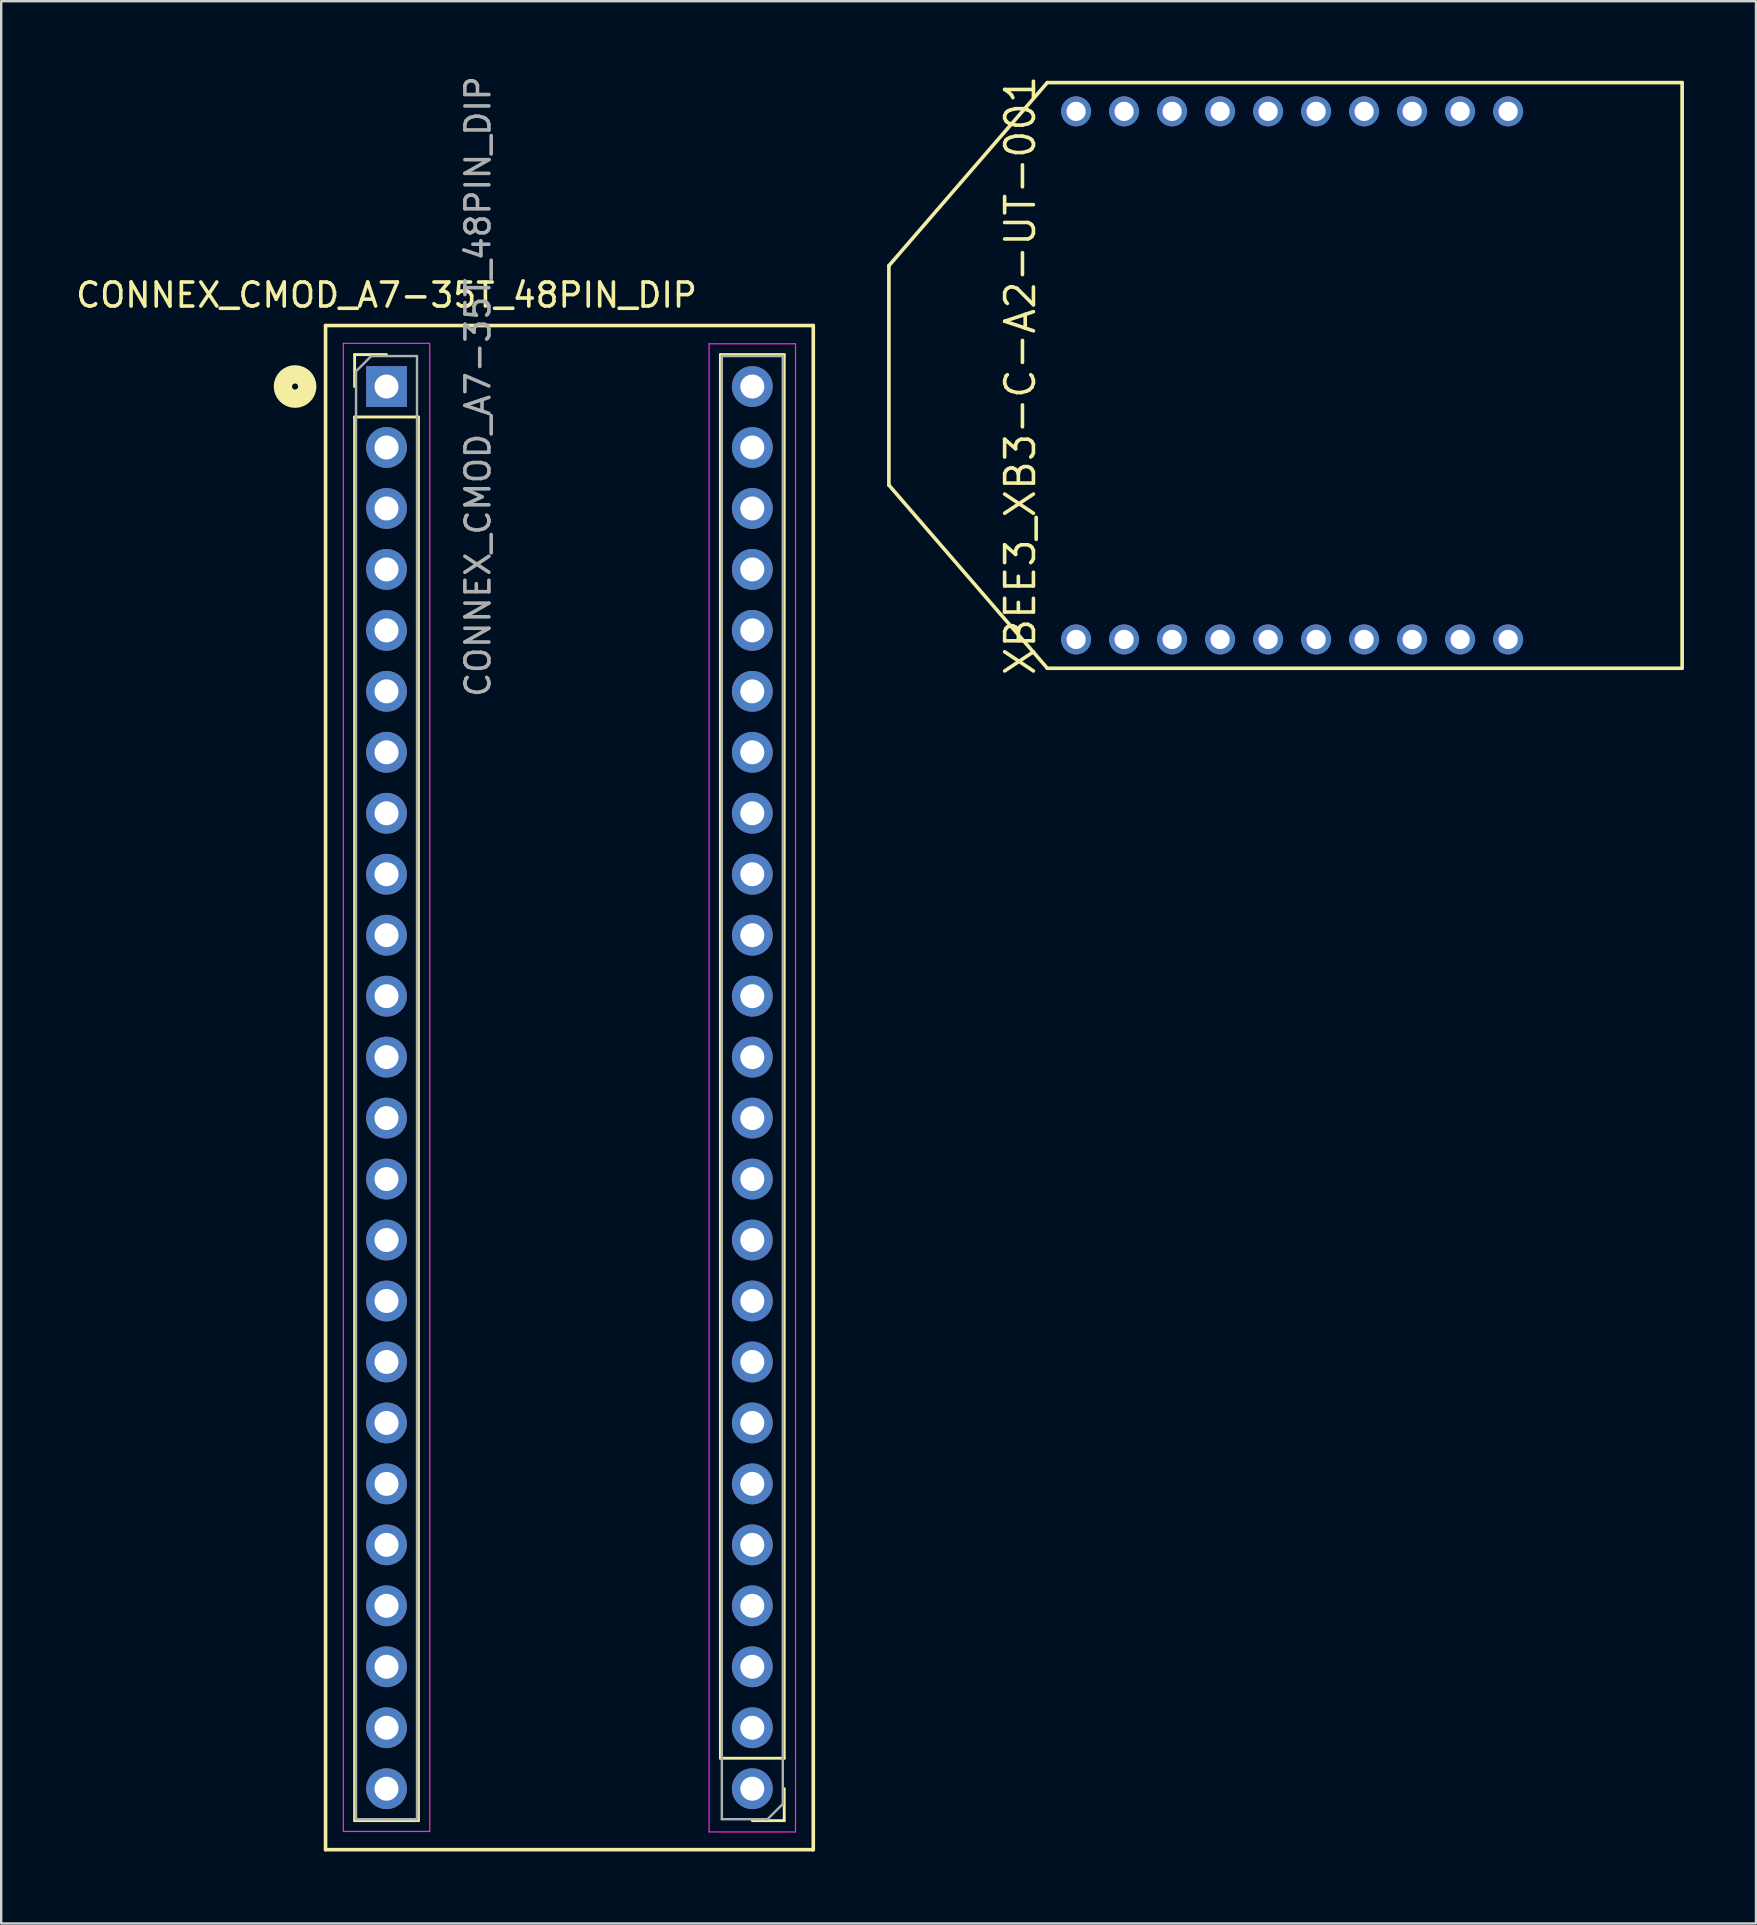
<source format=kicad_pcb>
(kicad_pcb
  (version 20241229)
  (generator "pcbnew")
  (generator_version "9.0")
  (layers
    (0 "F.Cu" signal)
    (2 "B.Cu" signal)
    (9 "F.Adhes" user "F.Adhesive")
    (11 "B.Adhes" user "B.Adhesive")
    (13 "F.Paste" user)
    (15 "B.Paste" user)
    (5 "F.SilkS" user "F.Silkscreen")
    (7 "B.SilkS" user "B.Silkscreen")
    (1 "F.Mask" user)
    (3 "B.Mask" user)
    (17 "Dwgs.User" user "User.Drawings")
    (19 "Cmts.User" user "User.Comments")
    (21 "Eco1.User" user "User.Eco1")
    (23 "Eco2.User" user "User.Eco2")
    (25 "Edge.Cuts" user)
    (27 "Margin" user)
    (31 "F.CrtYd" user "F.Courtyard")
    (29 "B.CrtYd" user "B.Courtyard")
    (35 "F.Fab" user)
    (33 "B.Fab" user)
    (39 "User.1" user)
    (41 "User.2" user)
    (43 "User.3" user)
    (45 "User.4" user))
  (footprint "CONNEX_CMOD_A7-35T_48PIN_DIP"
    (layer "F.Cu")
    (at 13.054 13.054)
    (property "Reference" "CONNEX_CMOD_A7-35T_48PIN_DIP" (at 0 -3.81 0) (layer "F.SilkS") (effects (font (size 1 1) (thickness 0.15))))
    (attr through_hole)
    (fp_line (start -2.54 -2.54) (end 17.78 -2.54) (stroke (width 0.15) (type solid)) (layer "F.SilkS"))
    (fp_line (start -2.54 60.96) (end -2.54 -2.54) (stroke (width 0.15) (type solid)) (layer "F.SilkS"))
    (fp_line (start -1.33 -1.33) (end 0 -1.33) (stroke (width 0.12) (type solid)) (layer "F.SilkS"))
    (fp_line (start -1.33 0) (end -1.33 -1.33) (stroke (width 0.12) (type solid)) (layer "F.SilkS"))
    (fp_line (start -1.33 1.27) (end -1.33 59.75) (stroke (width 0.12) (type solid)) (layer "F.SilkS"))
    (fp_line (start -1.33 1.27) (end 1.33 1.27) (stroke (width 0.12) (type solid)) (layer "F.SilkS"))
    (fp_line (start -1.33 59.75) (end 1.33 59.75) (stroke (width 0.12) (type solid)) (layer "F.SilkS"))
    (fp_line (start 1.33 1.27) (end 1.33 59.75) (stroke (width 0.12) (type solid)) (layer "F.SilkS"))
    (fp_line (start 13.91 57.15) (end 13.91 -1.33) (stroke (width 0.12) (type solid)) (layer "F.SilkS"))
    (fp_line (start 16.57 -1.33) (end 13.91 -1.33) (stroke (width 0.12) (type solid)) (layer "F.SilkS"))
    (fp_line (start 16.57 57.15) (end 13.91 57.15) (stroke (width 0.12) (type solid)) (layer "F.SilkS"))
    (fp_line (start 16.57 57.15) (end 16.57 -1.33) (stroke (width 0.12) (type solid)) (layer "F.SilkS"))
    (fp_line (start 16.57 58.42) (end 16.57 59.75) (stroke (width 0.12) (type solid)) (layer "F.SilkS"))
    (fp_line (start 16.57 59.75) (end 15.24 59.75) (stroke (width 0.12) (type solid)) (layer "F.SilkS"))
    (fp_line (start 17.78 -2.54) (end 17.78 60.96) (stroke (width 0.15) (type solid)) (layer "F.SilkS"))
    (fp_line (start 17.78 60.96) (end -2.54 60.96) (stroke (width 0.15) (type solid)) (layer "F.SilkS"))
    (fp_circle (center -3.81 0) (end -4.318 0) (stroke (width 0.762) (type solid)) (fill no) (layer "F.SilkS"))
    (fp_line (start -1.8 -1.8) (end -1.8 60.2) (stroke (width 0.05) (type solid)) (layer "F.CrtYd"))
    (fp_line (start -1.8 60.2) (end 1.8 60.2) (stroke (width 0.05) (type solid)) (layer "F.CrtYd"))
    (fp_line (start 1.8 -1.8) (end -1.8 -1.8) (stroke (width 0.05) (type solid)) (layer "F.CrtYd"))
    (fp_line (start 1.8 60.2) (end 1.8 -1.8) (stroke (width 0.05) (type solid)) (layer "F.CrtYd"))
    (fp_line (start 13.44 -1.78) (end 13.44 60.22) (stroke (width 0.05) (type solid)) (layer "F.CrtYd"))
    (fp_line (start 13.44 60.22) (end 17.04 60.22) (stroke (width 0.05) (type solid)) (layer "F.CrtYd"))
    (fp_line (start 17.04 -1.78) (end 13.44 -1.78) (stroke (width 0.05) (type solid)) (layer "F.CrtYd"))
    (fp_line (start 17.04 60.22) (end 17.04 -1.78) (stroke (width 0.05) (type solid)) (layer "F.CrtYd"))
    (fp_line (start -1.27 -0.635) (end -0.635 -1.27) (stroke (width 0.1) (type solid)) (layer "F.Fab"))
    (fp_line (start -1.27 59.69) (end -1.27 -0.635) (stroke (width 0.1) (type solid)) (layer "F.Fab"))
    (fp_line (start -0.635 -1.27) (end 1.27 -1.27) (stroke (width 0.1) (type solid)) (layer "F.Fab"))
    (fp_line (start 1.27 -1.27) (end 1.27 59.69) (stroke (width 0.1) (type solid)) (layer "F.Fab"))
    (fp_line (start 1.27 59.69) (end -1.27 59.69) (stroke (width 0.1) (type solid)) (layer "F.Fab"))
    (fp_line (start 13.97 -1.27) (end 16.51 -1.27) (stroke (width 0.1) (type solid)) (layer "F.Fab"))
    (fp_line (start 13.97 59.69) (end 13.97 -1.27) (stroke (width 0.1) (type solid)) (layer "F.Fab"))
    (fp_line (start 15.875 59.69) (end 13.97 59.69) (stroke (width 0.1) (type solid)) (layer "F.Fab"))
    (fp_line (start 16.51 -1.27) (end 16.51 59.055) (stroke (width 0.1) (type solid)) (layer "F.Fab"))
    (fp_line (start 16.51 59.055) (end 15.875 59.69) (stroke (width 0.1) (type solid)) (layer "F.Fab"))
    (fp_text user "${REFERENCE}" (at 3.81 0 90) (layer "F.Fab") (effects (font (size 1 1) (thickness 0.15))))
    (pad "1" thru_hole rect (at 0 0) (size 1.7 1.7) (drill 1) (layers "*.Cu" "*.Mask"))
    (pad "2" thru_hole oval (at 0 2.54) (size 1.7 1.7) (drill 1) (layers "*.Cu" "*.Mask"))
    (pad "3" thru_hole oval (at 0 5.08) (size 1.7 1.7) (drill 1) (layers "*.Cu" "*.Mask"))
    (pad "4" thru_hole oval (at 0 7.62) (size 1.7 1.7) (drill 1) (layers "*.Cu" "*.Mask"))
    (pad "5" thru_hole oval (at 0 10.16) (size 1.7 1.7) (drill 1) (layers "*.Cu" "*.Mask"))
    (pad "6" thru_hole oval (at 0 12.7) (size 1.7 1.7) (drill 1) (layers "*.Cu" "*.Mask"))
    (pad "7" thru_hole oval (at 0 15.24) (size 1.7 1.7) (drill 1) (layers "*.Cu" "*.Mask"))
    (pad "8" thru_hole oval (at 0 17.78) (size 1.7 1.7) (drill 1) (layers "*.Cu" "*.Mask"))
    (pad "9" thru_hole oval (at 0 20.32) (size 1.7 1.7) (drill 1) (layers "*.Cu" "*.Mask"))
    (pad "10" thru_hole oval (at 0 22.86) (size 1.7 1.7) (drill 1) (layers "*.Cu" "*.Mask"))
    (pad "11" thru_hole oval (at 0 25.4) (size 1.7 1.7) (drill 1) (layers "*.Cu" "*.Mask"))
    (pad "12" thru_hole oval (at 0 27.94) (size 1.7 1.7) (drill 1) (layers "*.Cu" "*.Mask"))
    (pad "13" thru_hole oval (at 0 30.48) (size 1.7 1.7) (drill 1) (layers "*.Cu" "*.Mask"))
    (pad "14" thru_hole oval (at 0 33.02) (size 1.7 1.7) (drill 1) (layers "*.Cu" "*.Mask"))
    (pad "15" thru_hole oval (at 0 35.56) (size 1.7 1.7) (drill 1) (layers "*.Cu" "*.Mask"))
    (pad "16" thru_hole oval (at 0 38.1) (size 1.7 1.7) (drill 1) (layers "*.Cu" "*.Mask"))
    (pad "17" thru_hole oval (at 0 40.64) (size 1.7 1.7) (drill 1) (layers "*.Cu" "*.Mask"))
    (pad "18" thru_hole oval (at 0 43.18) (size 1.7 1.7) (drill 1) (layers "*.Cu" "*.Mask"))
    (pad "19" thru_hole oval (at 0 45.72) (size 1.7 1.7) (drill 1) (layers "*.Cu" "*.Mask"))
    (pad "20" thru_hole oval (at 0 48.26) (size 1.7 1.7) (drill 1) (layers "*.Cu" "*.Mask"))
    (pad "21" thru_hole oval (at 0 50.8) (size 1.7 1.7) (drill 1) (layers "*.Cu" "*.Mask"))
    (pad "22" thru_hole oval (at 0 53.34) (size 1.7 1.7) (drill 1) (layers "*.Cu" "*.Mask"))
    (pad "23" thru_hole oval (at 0 55.88) (size 1.7 1.7) (drill 1) (layers "*.Cu" "*.Mask"))
    (pad "24" thru_hole oval (at 0 58.42) (size 1.7 1.7) (drill 1) (layers "*.Cu" "*.Mask"))
    (pad "25" thru_hole circle (at 15.24 58.42 180) (size 1.7 1.7) (drill 1) (layers "*.Cu" "*.Mask"))
    (pad "26" thru_hole oval (at 15.24 55.88 180) (size 1.7 1.7) (drill 1) (layers "*.Cu" "*.Mask"))
    (pad "27" thru_hole oval (at 15.24 53.34 180) (size 1.7 1.7) (drill 1) (layers "*.Cu" "*.Mask"))
    (pad "28" thru_hole oval (at 15.24 50.8 180) (size 1.7 1.7) (drill 1) (layers "*.Cu" "*.Mask"))
    (pad "29" thru_hole oval (at 15.24 48.26 180) (size 1.7 1.7) (drill 1) (layers "*.Cu" "*.Mask"))
    (pad "30" thru_hole oval (at 15.24 45.72 180) (size 1.7 1.7) (drill 1) (layers "*.Cu" "*.Mask"))
    (pad "31" thru_hole oval (at 15.24 43.18 180) (size 1.7 1.7) (drill 1) (layers "*.Cu" "*.Mask"))
    (pad "32" thru_hole oval (at 15.24 40.64 180) (size 1.7 1.7) (drill 1) (layers "*.Cu" "*.Mask"))
    (pad "33" thru_hole oval (at 15.24 38.1 180) (size 1.7 1.7) (drill 1) (layers "*.Cu" "*.Mask"))
    (pad "34" thru_hole oval (at 15.24 35.56 180) (size 1.7 1.7) (drill 1) (layers "*.Cu" "*.Mask"))
    (pad "35" thru_hole oval (at 15.24 33.02 180) (size 1.7 1.7) (drill 1) (layers "*.Cu" "*.Mask"))
    (pad "36" thru_hole oval (at 15.24 30.48 180) (size 1.7 1.7) (drill 1) (layers "*.Cu" "*.Mask"))
    (pad "37" thru_hole oval (at 15.24 27.94 180) (size 1.7 1.7) (drill 1) (layers "*.Cu" "*.Mask"))
    (pad "38" thru_hole oval (at 15.24 25.4 180) (size 1.7 1.7) (drill 1) (layers "*.Cu" "*.Mask"))
    (pad "39" thru_hole oval (at 15.24 22.86 180) (size 1.7 1.7) (drill 1) (layers "*.Cu" "*.Mask"))
    (pad "40" thru_hole oval (at 15.24 20.32 180) (size 1.7 1.7) (drill 1) (layers "*.Cu" "*.Mask"))
    (pad "41" thru_hole oval (at 15.24 17.78 180) (size 1.7 1.7) (drill 1) (layers "*.Cu" "*.Mask"))
    (pad "42" thru_hole oval (at 15.24 15.24 180) (size 1.7 1.7) (drill 1) (layers "*.Cu" "*.Mask"))
    (pad "43" thru_hole oval (at 15.24 12.7 180) (size 1.7 1.7) (drill 1) (layers "*.Cu" "*.Mask"))
    (pad "44" thru_hole oval (at 15.24 10.16 180) (size 1.7 1.7) (drill 1) (layers "*.Cu" "*.Mask"))
    (pad "45" thru_hole oval (at 15.24 7.62 180) (size 1.7 1.7) (drill 1) (layers "*.Cu" "*.Mask"))
    (pad "46" thru_hole oval (at 15.24 5.08 180) (size 1.7 1.7) (drill 1) (layers "*.Cu" "*.Mask"))
    (pad "47" thru_hole oval (at 15.24 2.54 180) (size 1.7 1.7) (drill 1) (layers "*.Cu" "*.Mask"))
    (pad "48" thru_hole oval (at 15.24 0 180) (size 1.7 1.7) (drill 1) (layers "*.Cu" "*.Mask")))
  (footprint "XBEE3_XB3-C-A2-UT-001"
    (layer "F.Cu")
    (at 50.784 12.591)
    (property "Reference" "XBEE3_XB3-C-A2-UT-001" (at -11.325 0 90) (layer "F.SilkS") (effects (font (size 1.2 1.2) (thickness 0.15))))
    (attr through_hole)
    (fp_line (start -16.8 -4.57) (end -10.2 -12.2) (stroke (width 0.15) (type solid)) (layer "F.SilkS"))
    (fp_line (start -16.8 4.57) (end -16.8 -4.57) (stroke (width 0.15) (type solid)) (layer "F.SilkS"))
    (fp_line (start -10.2 12.2) (end -16.8 4.57) (stroke (width 0.15) (type solid)) (layer "F.SilkS"))
    (fp_line (start -10.2 12.2) (end 16.24 12.2) (stroke (width 0.15) (type solid)) (layer "F.SilkS"))
    (fp_line (start 16.24 -12.2) (end -10.2 -12.2) (stroke (width 0.15) (type solid)) (layer "F.SilkS"))
    (fp_line (start 16.25 12.2) (end 16.25 -12.2) (stroke (width 0.15) (type solid)) (layer "F.SilkS"))
    (pad "1" thru_hole circle (at -9 11) (size 1.25 1.25) (drill 0.8) (layers "*.Cu" "*.Mask"))
    (pad "2" thru_hole circle (at -7 11) (size 1.25 1.25) (drill 0.8) (layers "*.Cu" "*.Mask"))
    (pad "3" thru_hole circle (at -5 11) (size 1.25 1.25) (drill 0.8) (layers "*.Cu" "*.Mask"))
    (pad "4" thru_hole circle (at -3 11) (size 1.25 1.25) (drill 0.8) (layers "*.Cu" "*.Mask"))
    (pad "5" thru_hole circle (at -1 11) (size 1.25 1.25) (drill 0.8) (layers "*.Cu" "*.Mask"))
    (pad "6" thru_hole circle (at 1 11) (size 1.25 1.25) (drill 0.8) (layers "*.Cu" "*.Mask"))
    (pad "7" thru_hole circle (at 3 11) (size 1.25 1.25) (drill 0.8) (layers "*.Cu" "*.Mask"))
    (pad "8" thru_hole circle (at 5 11) (size 1.25 1.25) (drill 0.8) (layers "*.Cu" "*.Mask"))
    (pad "9" thru_hole circle (at 7 11) (size 1.25 1.25) (drill 0.8) (layers "*.Cu" "*.Mask"))
    (pad "10" thru_hole circle (at 9 11) (size 1.25 1.25) (drill 0.8) (layers "*.Cu" "*.Mask"))
    (pad "11" thru_hole circle (at 9 -11) (size 1.25 1.25) (drill 0.8) (layers "*.Cu" "*.Mask"))
    (pad "12" thru_hole circle (at 7 -11) (size 1.25 1.25) (drill 0.8) (layers "*.Cu" "*.Mask"))
    (pad "13" thru_hole circle (at 5 -11) (size 1.25 1.25) (drill 0.8) (layers "*.Cu" "*.Mask"))
    (pad "14" thru_hole circle (at 3 -11) (size 1.25 1.25) (drill 0.8) (layers "*.Cu" "*.Mask"))
    (pad "15" thru_hole circle (at 1 -11) (size 1.25 1.25) (drill 0.8) (layers "*.Cu" "*.Mask"))
    (pad "16" thru_hole circle (at -1 -11) (size 1.25 1.25) (drill 0.8) (layers "*.Cu" "*.Mask"))
    (pad "17" thru_hole circle (at -3 -11) (size 1.25 1.25) (drill 0.8) (layers "*.Cu" "*.Mask"))
    (pad "18" thru_hole circle (at -5 -11) (size 1.25 1.25) (drill 0.8) (layers "*.Cu" "*.Mask"))
    (pad "19" thru_hole circle (at -7 -11) (size 1.25 1.25) (drill 0.8) (layers "*.Cu" "*.Mask"))
    (pad "20" thru_hole circle (at -9 -11) (size 1.25 1.25) (drill 0.8) (layers "*.Cu" "*.Mask")))
  (gr_rect
    (start -3 -3)
    (end 70.109 77.089)
    (stroke (width 0.1) (type default))
    (fill no)
    (layer "Edge.Cuts")))
</source>
